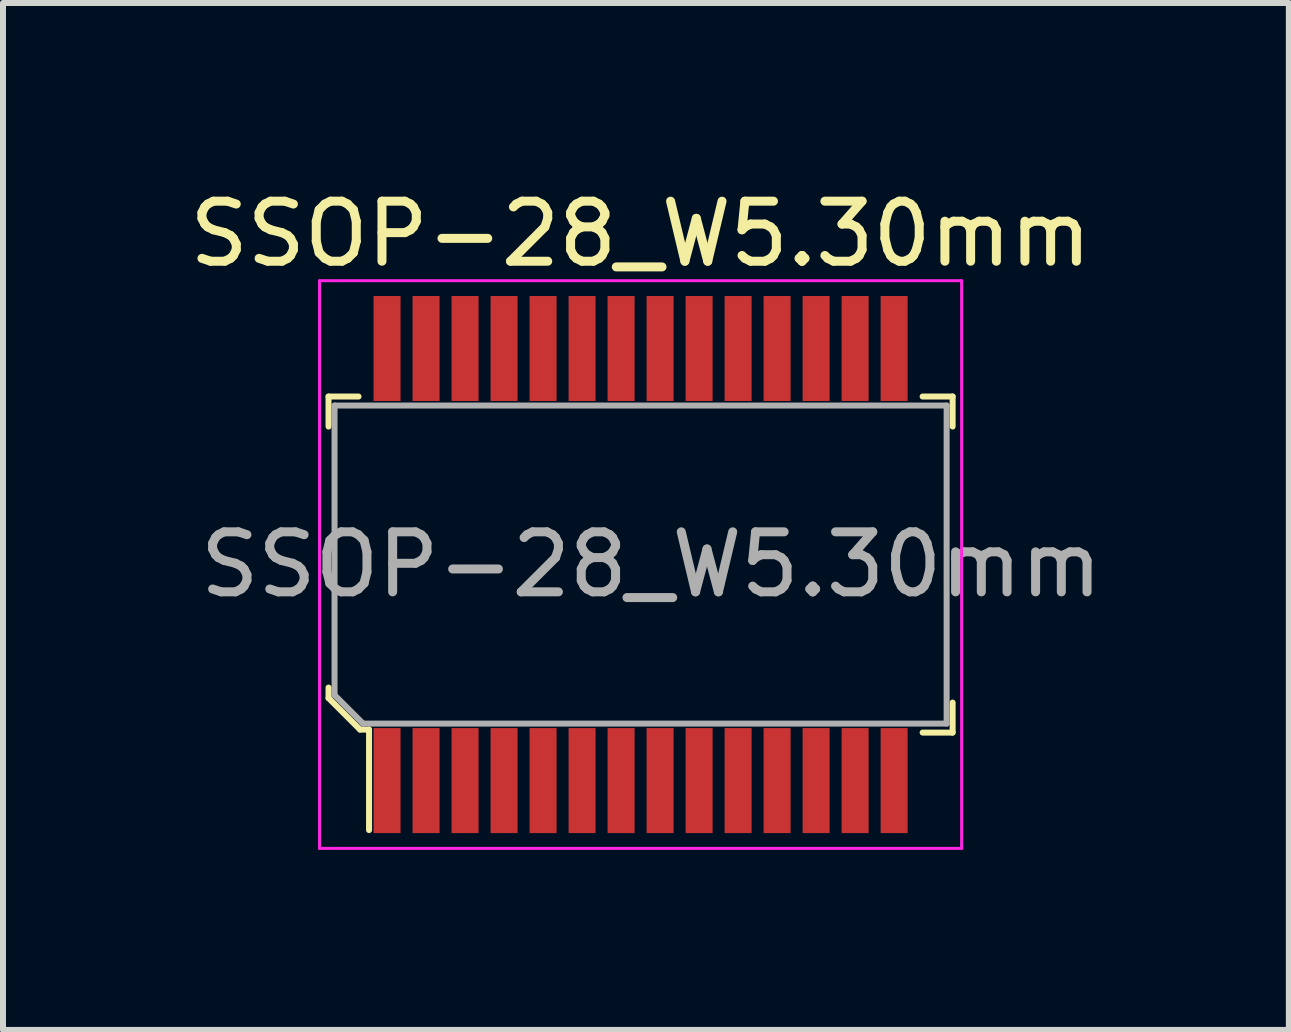
<source format=kicad_pcb>
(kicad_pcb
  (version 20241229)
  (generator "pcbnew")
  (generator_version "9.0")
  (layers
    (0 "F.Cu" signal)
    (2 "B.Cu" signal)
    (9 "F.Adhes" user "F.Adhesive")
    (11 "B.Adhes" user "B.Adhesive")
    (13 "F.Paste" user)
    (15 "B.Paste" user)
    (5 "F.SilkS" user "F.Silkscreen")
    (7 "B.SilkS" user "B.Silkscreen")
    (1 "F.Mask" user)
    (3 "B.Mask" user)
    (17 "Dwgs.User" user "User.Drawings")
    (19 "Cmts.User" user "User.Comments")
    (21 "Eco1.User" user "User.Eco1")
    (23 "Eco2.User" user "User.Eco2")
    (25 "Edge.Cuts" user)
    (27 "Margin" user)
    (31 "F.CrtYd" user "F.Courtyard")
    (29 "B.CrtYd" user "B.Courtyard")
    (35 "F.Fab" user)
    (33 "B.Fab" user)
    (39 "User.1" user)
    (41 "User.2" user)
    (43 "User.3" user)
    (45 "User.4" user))
  (footprint "SSOP-28_W5.30mm"
    (layer "F.Cu")
    (at 7.625 6.358)
    (property "Reference" "SSOP-28_W5.30mm" (at 0 -5.51 0) (layer "F.SilkS") (effects (font (size 1 1) (thickness 0.15))))
    (attr smd)
    (fp_line (start -5.2 -2.8) (end -5.2 -2.3) (stroke (width 0.1) (type solid)) (layer "F.SilkS"))
    (fp_line (start -5.2 -2.8) (end -4.7 -2.8) (stroke (width 0.1) (type solid)) (layer "F.SilkS"))
    (fp_line (start -5.2 2.05) (end -5.2 2.225) (stroke (width 0.1) (type solid)) (layer "F.SilkS"))
    (fp_line (start -5.2 2.225) (end -4.675 2.75) (stroke (width 0.1) (type solid)) (layer "F.SilkS"))
    (fp_line (start -4.675 2.75) (end -4.525 2.75) (stroke (width 0.1) (type solid)) (layer "F.SilkS"))
    (fp_line (start -4.525 2.75) (end -4.525 4.425) (stroke (width 0.1) (type solid)) (layer "F.SilkS"))
    (fp_line (start 5.2 -2.8) (end 4.7 -2.8) (stroke (width 0.1) (type solid)) (layer "F.SilkS"))
    (fp_line (start 5.2 -2.8) (end 5.2 -2.3) (stroke (width 0.1) (type solid)) (layer "F.SilkS"))
    (fp_line (start 5.2 2.8) (end 4.7 2.8) (stroke (width 0.1) (type solid)) (layer "F.SilkS"))
    (fp_line (start 5.2 2.8) (end 5.2 2.3) (stroke (width 0.1) (type solid)) (layer "F.SilkS"))
    (fp_line (start -5.35 -4.73) (end -5.35 4.73) (stroke (width 0.05) (type solid)) (layer "F.CrtYd"))
    (fp_line (start -5.35 -4.73) (end 5.35 -4.73) (stroke (width 0.05) (type solid)) (layer "F.CrtYd"))
    (fp_line (start -5.35 4.73) (end 5.35 4.73) (stroke (width 0.05) (type solid)) (layer "F.CrtYd"))
    (fp_line (start 5.35 -4.73) (end 5.35 4.73) (stroke (width 0.05) (type solid)) (layer "F.CrtYd"))
    (fp_line (start -5.1 -2.65) (end 5.1 -2.65) (stroke (width 0.1) (type solid)) (layer "F.Fab"))
    (fp_line (start -5.1 2.175) (end -5.1 -2.65) (stroke (width 0.1) (type solid)) (layer "F.Fab"))
    (fp_line (start -5.1 2.175) (end -4.625 2.65) (stroke (width 0.1) (type solid)) (layer "F.Fab"))
    (fp_line (start -4.625 2.65) (end 5.1 2.65) (stroke (width 0.1) (type solid)) (layer "F.Fab"))
    (fp_line (start 5.1 -2.65) (end 5.1 2.65) (stroke (width 0.1) (type solid)) (layer "F.Fab"))
    (fp_text user "${REFERENCE}" (at 0.178 0 0) (layer "F.Fab") (effects (font (size 1 1) (thickness 0.15))))
    (pad "1" smd rect (at -4.225 3.6) (size 0.45 1.75) (layers "F.Cu" "F.Mask" "F.Paste"))
    (pad "2" smd rect (at -3.575 3.6) (size 0.45 1.75) (layers "F.Cu" "F.Mask" "F.Paste"))
    (pad "3" smd rect (at -2.925 3.6) (size 0.45 1.75) (layers "F.Cu" "F.Mask" "F.Paste"))
    (pad "4" smd rect (at -2.275 3.6) (size 0.45 1.75) (layers "F.Cu" "F.Mask" "F.Paste"))
    (pad "5" smd rect (at -1.625 3.6) (size 0.45 1.75) (layers "F.Cu" "F.Mask" "F.Paste"))
    (pad "6" smd rect (at -0.975 3.6) (size 0.45 1.75) (layers "F.Cu" "F.Mask" "F.Paste"))
    (pad "7" smd rect (at -0.325 3.6) (size 0.45 1.75) (layers "F.Cu" "F.Mask" "F.Paste"))
    (pad "8" smd rect (at 0.325 3.6) (size 0.45 1.75) (layers "F.Cu" "F.Mask" "F.Paste"))
    (pad "9" smd rect (at 0.975 3.6) (size 0.45 1.75) (layers "F.Cu" "F.Mask" "F.Paste"))
    (pad "10" smd rect (at 1.625 3.6) (size 0.45 1.75) (layers "F.Cu" "F.Mask" "F.Paste"))
    (pad "11" smd rect (at 2.275 3.6) (size 0.45 1.75) (layers "F.Cu" "F.Mask" "F.Paste"))
    (pad "12" smd rect (at 2.925 3.6) (size 0.45 1.75) (layers "F.Cu" "F.Mask" "F.Paste"))
    (pad "13" smd rect (at 3.575 3.6) (size 0.45 1.75) (layers "F.Cu" "F.Mask" "F.Paste"))
    (pad "14" smd rect (at 4.225 3.6) (size 0.45 1.75) (layers "F.Cu" "F.Mask" "F.Paste"))
    (pad "15" smd rect (at 4.225 -3.6) (size 0.45 1.75) (layers "F.Cu" "F.Mask" "F.Paste"))
    (pad "16" smd rect (at 3.575 -3.6) (size 0.45 1.75) (layers "F.Cu" "F.Mask" "F.Paste"))
    (pad "17" smd rect (at 2.925 -3.6) (size 0.45 1.75) (layers "F.Cu" "F.Mask" "F.Paste"))
    (pad "18" smd rect (at 2.275 -3.6) (size 0.45 1.75) (layers "F.Cu" "F.Mask" "F.Paste"))
    (pad "19" smd rect (at 1.625 -3.6) (size 0.45 1.75) (layers "F.Cu" "F.Mask" "F.Paste"))
    (pad "20" smd rect (at 0.975 -3.6) (size 0.45 1.75) (layers "F.Cu" "F.Mask" "F.Paste"))
    (pad "21" smd rect (at 0.325 -3.6) (size 0.45 1.75) (layers "F.Cu" "F.Mask" "F.Paste"))
    (pad "22" smd rect (at -0.325 -3.6) (size 0.45 1.75) (layers "F.Cu" "F.Mask" "F.Paste"))
    (pad "23" smd rect (at -0.975 -3.6) (size 0.45 1.75) (layers "F.Cu" "F.Mask" "F.Paste"))
    (pad "24" smd rect (at -1.625 -3.6) (size 0.45 1.75) (layers "F.Cu" "F.Mask" "F.Paste"))
    (pad "25" smd rect (at -2.275 -3.6) (size 0.45 1.75) (layers "F.Cu" "F.Mask" "F.Paste"))
    (pad "26" smd rect (at -2.925 -3.6) (size 0.45 1.75) (layers "F.Cu" "F.Mask" "F.Paste"))
    (pad "27" smd rect (at -3.575 -3.6) (size 0.45 1.75) (layers "F.Cu" "F.Mask" "F.Paste"))
    (pad "28" smd rect (at -4.225 -3.6) (size 0.45 1.75) (layers "F.Cu" "F.Mask" "F.Paste")))
  (gr_rect
    (start -3 -3)
    (end 18.428 14.113)
    (stroke (width 0.1) (type default))
    (fill no)
    (layer "Edge.Cuts")))
</source>
